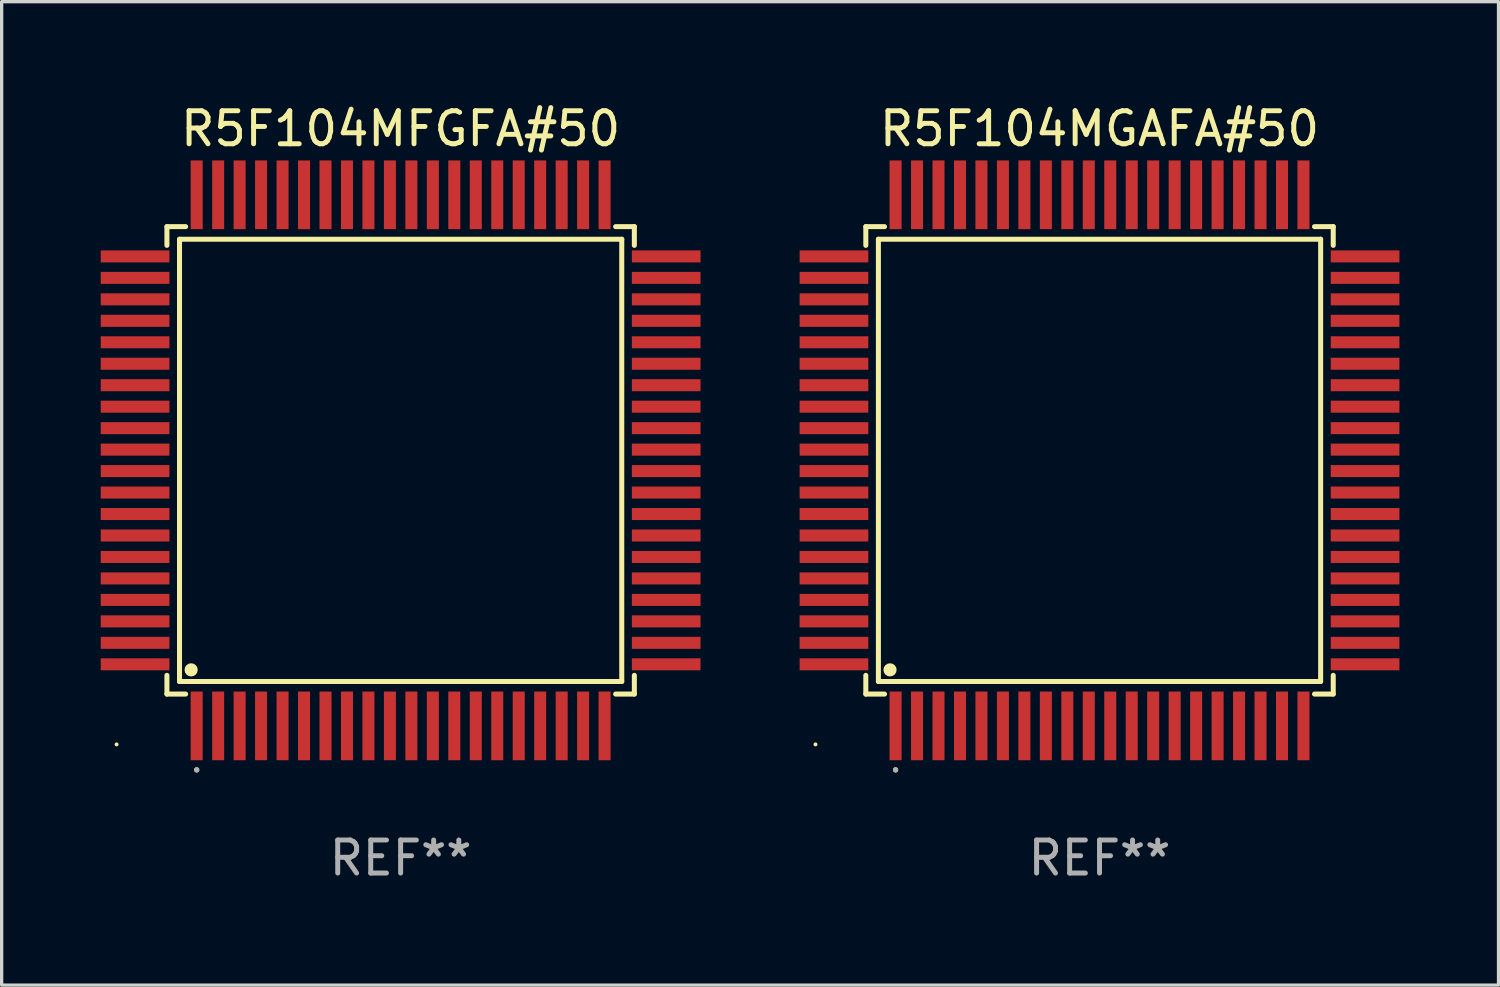
<source format=kicad_pcb>
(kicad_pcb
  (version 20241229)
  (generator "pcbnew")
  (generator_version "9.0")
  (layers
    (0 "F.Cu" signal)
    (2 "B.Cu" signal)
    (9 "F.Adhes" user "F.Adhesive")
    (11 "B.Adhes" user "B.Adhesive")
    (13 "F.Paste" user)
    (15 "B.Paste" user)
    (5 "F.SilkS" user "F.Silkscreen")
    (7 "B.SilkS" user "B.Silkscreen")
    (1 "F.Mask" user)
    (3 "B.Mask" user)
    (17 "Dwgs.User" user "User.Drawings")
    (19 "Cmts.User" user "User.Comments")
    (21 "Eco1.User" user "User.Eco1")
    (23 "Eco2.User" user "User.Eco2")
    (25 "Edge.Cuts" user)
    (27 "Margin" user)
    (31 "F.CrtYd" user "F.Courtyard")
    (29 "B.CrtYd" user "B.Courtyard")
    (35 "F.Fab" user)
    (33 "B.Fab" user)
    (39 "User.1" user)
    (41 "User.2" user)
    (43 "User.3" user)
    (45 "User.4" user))
  (footprint "R5F104MGAFA#50"
    (layer "F.Cu")
    (at 30.24 10.888)
    (property "Reference" "R5F104MGAFA#50" (at 0 -10.04 0) (layer "F.SilkS") (effects (font (size 1 1) (thickness 0.15))))
    (attr through_hole)
    (fp_line (start -7.076 -7.076) (end -7.076 -6.509) (stroke (width 0.152) (type solid)) (layer "F.SilkS"))
    (fp_line (start -7.076 7.076) (end -7.076 6.509) (stroke (width 0.152) (type solid)) (layer "F.SilkS"))
    (fp_line (start -6.695 -6.695) (end 6.695 -6.695) (stroke (width 0.152) (type solid)) (layer "F.SilkS"))
    (fp_line (start -6.695 6.695) (end -6.695 -6.695) (stroke (width 0.152) (type solid)) (layer "F.SilkS"))
    (fp_line (start -6.509 -7.076) (end -7.076 -7.076) (stroke (width 0.152) (type solid)) (layer "F.SilkS"))
    (fp_line (start -6.509 7.076) (end -7.076 7.076) (stroke (width 0.152) (type solid)) (layer "F.SilkS"))
    (fp_line (start 6.509 -7.076) (end 7.076 -7.076) (stroke (width 0.152) (type solid)) (layer "F.SilkS"))
    (fp_line (start 6.509 7.076) (end 7.076 7.076) (stroke (width 0.152) (type solid)) (layer "F.SilkS"))
    (fp_line (start 6.695 -6.695) (end 6.695 6.695) (stroke (width 0.152) (type solid)) (layer "F.SilkS"))
    (fp_line (start 6.695 6.695) (end -6.695 6.695) (stroke (width 0.152) (type solid)) (layer "F.SilkS"))
    (fp_line (start 7.076 -7.076) (end 7.076 -6.509) (stroke (width 0.152) (type solid)) (layer "F.SilkS"))
    (fp_line (start 7.076 7.076) (end 7.076 6.509) (stroke (width 0.152) (type solid)) (layer "F.SilkS"))
    (fp_circle (center -8.6 8.6) (end -8.57 8.6) (stroke (width 0.06) (type solid)) (fill no) (layer "F.SilkS"))
    (fp_circle (center -6.343 6.343) (end -6.243 6.343) (stroke (width 0.2) (type solid)) (fill no) (layer "F.SilkS"))
    (fp_circle (center -6.175 9.371) (end -6.135 9.371) (stroke (width 0.08) (type solid)) (fill no) (layer "F.SilkS"))
    (fp_circle (center -6.175 9.371) (end -6.135 9.371) (stroke (width 0.08) (type solid)) (fill no) (layer "F.Fab"))
    (fp_text user "REF**" (at 0 12.04 0) (layer "F.Fab") (effects (font (size 1 1) (thickness 0.15))))
    (pad "1" smd rect (at -6.175 8.04) (size 0.364 2.08) (layers "F.Cu" "F.Mask" "F.Paste"))
    (pad "2" smd rect (at -5.525 8.04) (size 0.364 2.08) (layers "F.Cu" "F.Mask" "F.Paste"))
    (pad "3" smd rect (at -4.875 8.04) (size 0.364 2.08) (layers "F.Cu" "F.Mask" "F.Paste"))
    (pad "4" smd rect (at -4.225 8.04) (size 0.364 2.08) (layers "F.Cu" "F.Mask" "F.Paste"))
    (pad "5" smd rect (at -3.575 8.04) (size 0.364 2.08) (layers "F.Cu" "F.Mask" "F.Paste"))
    (pad "6" smd rect (at -2.925 8.04) (size 0.364 2.08) (layers "F.Cu" "F.Mask" "F.Paste"))
    (pad "7" smd rect (at -2.275 8.04) (size 0.364 2.08) (layers "F.Cu" "F.Mask" "F.Paste"))
    (pad "8" smd rect (at -1.625 8.04) (size 0.364 2.08) (layers "F.Cu" "F.Mask" "F.Paste"))
    (pad "9" smd rect (at -0.975 8.04) (size 0.364 2.08) (layers "F.Cu" "F.Mask" "F.Paste"))
    (pad "10" smd rect (at -0.325 8.04) (size 0.364 2.08) (layers "F.Cu" "F.Mask" "F.Paste"))
    (pad "11" smd rect (at 0.325 8.04) (size 0.364 2.08) (layers "F.Cu" "F.Mask" "F.Paste"))
    (pad "12" smd rect (at 0.975 8.04) (size 0.364 2.08) (layers "F.Cu" "F.Mask" "F.Paste"))
    (pad "13" smd rect (at 1.625 8.04) (size 0.364 2.08) (layers "F.Cu" "F.Mask" "F.Paste"))
    (pad "14" smd rect (at 2.275 8.04) (size 0.364 2.08) (layers "F.Cu" "F.Mask" "F.Paste"))
    (pad "15" smd rect (at 2.925 8.04) (size 0.364 2.08) (layers "F.Cu" "F.Mask" "F.Paste"))
    (pad "16" smd rect (at 3.575 8.04) (size 0.364 2.08) (layers "F.Cu" "F.Mask" "F.Paste"))
    (pad "17" smd rect (at 4.225 8.04) (size 0.364 2.08) (layers "F.Cu" "F.Mask" "F.Paste"))
    (pad "18" smd rect (at 4.875 8.04) (size 0.364 2.08) (layers "F.Cu" "F.Mask" "F.Paste"))
    (pad "19" smd rect (at 5.525 8.04) (size 0.364 2.08) (layers "F.Cu" "F.Mask" "F.Paste"))
    (pad "20" smd rect (at 6.175 8.04) (size 0.364 2.08) (layers "F.Cu" "F.Mask" "F.Paste"))
    (pad "21" smd rect (at 8.04 6.175) (size 2.08 0.364) (layers "F.Cu" "F.Mask" "F.Paste"))
    (pad "22" smd rect (at 8.04 5.525) (size 2.08 0.364) (layers "F.Cu" "F.Mask" "F.Paste"))
    (pad "23" smd rect (at 8.04 4.875) (size 2.08 0.364) (layers "F.Cu" "F.Mask" "F.Paste"))
    (pad "24" smd rect (at 8.04 4.225) (size 2.08 0.364) (layers "F.Cu" "F.Mask" "F.Paste"))
    (pad "25" smd rect (at 8.04 3.575) (size 2.08 0.364) (layers "F.Cu" "F.Mask" "F.Paste"))
    (pad "26" smd rect (at 8.04 2.925) (size 2.08 0.364) (layers "F.Cu" "F.Mask" "F.Paste"))
    (pad "27" smd rect (at 8.04 2.275) (size 2.08 0.364) (layers "F.Cu" "F.Mask" "F.Paste"))
    (pad "28" smd rect (at 8.04 1.625) (size 2.08 0.364) (layers "F.Cu" "F.Mask" "F.Paste"))
    (pad "29" smd rect (at 8.04 0.975) (size 2.08 0.364) (layers "F.Cu" "F.Mask" "F.Paste"))
    (pad "30" smd rect (at 8.04 0.325) (size 2.08 0.364) (layers "F.Cu" "F.Mask" "F.Paste"))
    (pad "31" smd rect (at 8.04 -0.325) (size 2.08 0.364) (layers "F.Cu" "F.Mask" "F.Paste"))
    (pad "32" smd rect (at 8.04 -0.975) (size 2.08 0.364) (layers "F.Cu" "F.Mask" "F.Paste"))
    (pad "33" smd rect (at 8.04 -1.625) (size 2.08 0.364) (layers "F.Cu" "F.Mask" "F.Paste"))
    (pad "34" smd rect (at 8.04 -2.275) (size 2.08 0.364) (layers "F.Cu" "F.Mask" "F.Paste"))
    (pad "35" smd rect (at 8.04 -2.925) (size 2.08 0.364) (layers "F.Cu" "F.Mask" "F.Paste"))
    (pad "36" smd rect (at 8.04 -3.575) (size 2.08 0.364) (layers "F.Cu" "F.Mask" "F.Paste"))
    (pad "37" smd rect (at 8.04 -4.225) (size 2.08 0.364) (layers "F.Cu" "F.Mask" "F.Paste"))
    (pad "38" smd rect (at 8.04 -4.875) (size 2.08 0.364) (layers "F.Cu" "F.Mask" "F.Paste"))
    (pad "39" smd rect (at 8.04 -5.525) (size 2.08 0.364) (layers "F.Cu" "F.Mask" "F.Paste"))
    (pad "40" smd rect (at 8.04 -6.175) (size 2.08 0.364) (layers "F.Cu" "F.Mask" "F.Paste"))
    (pad "41" smd rect (at 6.175 -8.04) (size 0.364 2.08) (layers "F.Cu" "F.Mask" "F.Paste"))
    (pad "42" smd rect (at 5.525 -8.04) (size 0.364 2.08) (layers "F.Cu" "F.Mask" "F.Paste"))
    (pad "43" smd rect (at 4.875 -8.04) (size 0.364 2.08) (layers "F.Cu" "F.Mask" "F.Paste"))
    (pad "44" smd rect (at 4.225 -8.04) (size 0.364 2.08) (layers "F.Cu" "F.Mask" "F.Paste"))
    (pad "45" smd rect (at 3.575 -8.04) (size 0.364 2.08) (layers "F.Cu" "F.Mask" "F.Paste"))
    (pad "46" smd rect (at 2.925 -8.04) (size 0.364 2.08) (layers "F.Cu" "F.Mask" "F.Paste"))
    (pad "47" smd rect (at 2.275 -8.04) (size 0.364 2.08) (layers "F.Cu" "F.Mask" "F.Paste"))
    (pad "48" smd rect (at 1.625 -8.04) (size 0.364 2.08) (layers "F.Cu" "F.Mask" "F.Paste"))
    (pad "49" smd rect (at 0.975 -8.04) (size 0.364 2.08) (layers "F.Cu" "F.Mask" "F.Paste"))
    (pad "50" smd rect (at 0.325 -8.04) (size 0.364 2.08) (layers "F.Cu" "F.Mask" "F.Paste"))
    (pad "51" smd rect (at -0.325 -8.04) (size 0.364 2.08) (layers "F.Cu" "F.Mask" "F.Paste"))
    (pad "52" smd rect (at -0.975 -8.04) (size 0.364 2.08) (layers "F.Cu" "F.Mask" "F.Paste"))
    (pad "53" smd rect (at -1.625 -8.04) (size 0.364 2.08) (layers "F.Cu" "F.Mask" "F.Paste"))
    (pad "54" smd rect (at -2.275 -8.04) (size 0.364 2.08) (layers "F.Cu" "F.Mask" "F.Paste"))
    (pad "55" smd rect (at -2.925 -8.04) (size 0.364 2.08) (layers "F.Cu" "F.Mask" "F.Paste"))
    (pad "56" smd rect (at -3.575 -8.04) (size 0.364 2.08) (layers "F.Cu" "F.Mask" "F.Paste"))
    (pad "57" smd rect (at -4.225 -8.04) (size 0.364 2.08) (layers "F.Cu" "F.Mask" "F.Paste"))
    (pad "58" smd rect (at -4.875 -8.04) (size 0.364 2.08) (layers "F.Cu" "F.Mask" "F.Paste"))
    (pad "59" smd rect (at -5.525 -8.04) (size 0.364 2.08) (layers "F.Cu" "F.Mask" "F.Paste"))
    (pad "60" smd rect (at -6.175 -8.04) (size 0.364 2.08) (layers "F.Cu" "F.Mask" "F.Paste"))
    (pad "61" smd rect (at -8.04 -6.175) (size 2.08 0.364) (layers "F.Cu" "F.Mask" "F.Paste"))
    (pad "62" smd rect (at -8.04 -5.525) (size 2.08 0.364) (layers "F.Cu" "F.Mask" "F.Paste"))
    (pad "63" smd rect (at -8.04 -4.875) (size 2.08 0.364) (layers "F.Cu" "F.Mask" "F.Paste"))
    (pad "64" smd rect (at -8.04 -4.225) (size 2.08 0.364) (layers "F.Cu" "F.Mask" "F.Paste"))
    (pad "65" smd rect (at -8.04 -3.575) (size 2.08 0.364) (layers "F.Cu" "F.Mask" "F.Paste"))
    (pad "66" smd rect (at -8.04 -2.925) (size 2.08 0.364) (layers "F.Cu" "F.Mask" "F.Paste"))
    (pad "67" smd rect (at -8.04 -2.275) (size 2.08 0.364) (layers "F.Cu" "F.Mask" "F.Paste"))
    (pad "68" smd rect (at -8.04 -1.625) (size 2.08 0.364) (layers "F.Cu" "F.Mask" "F.Paste"))
    (pad "69" smd rect (at -8.04 -0.975) (size 2.08 0.364) (layers "F.Cu" "F.Mask" "F.Paste"))
    (pad "70" smd rect (at -8.04 -0.325) (size 2.08 0.364) (layers "F.Cu" "F.Mask" "F.Paste"))
    (pad "71" smd rect (at -8.04 0.325) (size 2.08 0.364) (layers "F.Cu" "F.Mask" "F.Paste"))
    (pad "72" smd rect (at -8.04 0.975) (size 2.08 0.364) (layers "F.Cu" "F.Mask" "F.Paste"))
    (pad "73" smd rect (at -8.04 1.625) (size 2.08 0.364) (layers "F.Cu" "F.Mask" "F.Paste"))
    (pad "74" smd rect (at -8.04 2.275) (size 2.08 0.364) (layers "F.Cu" "F.Mask" "F.Paste"))
    (pad "75" smd rect (at -8.04 2.925) (size 2.08 0.364) (layers "F.Cu" "F.Mask" "F.Paste"))
    (pad "76" smd rect (at -8.04 3.575) (size 2.08 0.364) (layers "F.Cu" "F.Mask" "F.Paste"))
    (pad "77" smd rect (at -8.04 4.225) (size 2.08 0.364) (layers "F.Cu" "F.Mask" "F.Paste"))
    (pad "78" smd rect (at -8.04 4.875) (size 2.08 0.364) (layers "F.Cu" "F.Mask" "F.Paste"))
    (pad "79" smd rect (at -8.04 5.525) (size 2.08 0.364) (layers "F.Cu" "F.Mask" "F.Paste"))
    (pad "80" smd rect (at -8.04 6.175) (size 2.08 0.364) (layers "F.Cu" "F.Mask" "F.Paste")))
  (footprint "R5F104MFGFA#50"
    (layer "F.Cu")
    (at 9.08 10.888)
    (property "Reference" "R5F104MFGFA#50" (at 0 -10.04 0) (layer "F.SilkS") (effects (font (size 1 1) (thickness 0.15))))
    (attr through_hole)
    (fp_line (start -7.076 -7.076) (end -7.076 -6.509) (stroke (width 0.152) (type solid)) (layer "F.SilkS"))
    (fp_line (start -7.076 7.076) (end -7.076 6.509) (stroke (width 0.152) (type solid)) (layer "F.SilkS"))
    (fp_line (start -6.695 -6.695) (end 6.695 -6.695) (stroke (width 0.152) (type solid)) (layer "F.SilkS"))
    (fp_line (start -6.695 6.695) (end -6.695 -6.695) (stroke (width 0.152) (type solid)) (layer "F.SilkS"))
    (fp_line (start -6.509 -7.076) (end -7.076 -7.076) (stroke (width 0.152) (type solid)) (layer "F.SilkS"))
    (fp_line (start -6.509 7.076) (end -7.076 7.076) (stroke (width 0.152) (type solid)) (layer "F.SilkS"))
    (fp_line (start 6.509 -7.076) (end 7.076 -7.076) (stroke (width 0.152) (type solid)) (layer "F.SilkS"))
    (fp_line (start 6.509 7.076) (end 7.076 7.076) (stroke (width 0.152) (type solid)) (layer "F.SilkS"))
    (fp_line (start 6.695 -6.695) (end 6.695 6.695) (stroke (width 0.152) (type solid)) (layer "F.SilkS"))
    (fp_line (start 6.695 6.695) (end -6.695 6.695) (stroke (width 0.152) (type solid)) (layer "F.SilkS"))
    (fp_line (start 7.076 -7.076) (end 7.076 -6.509) (stroke (width 0.152) (type solid)) (layer "F.SilkS"))
    (fp_line (start 7.076 7.076) (end 7.076 6.509) (stroke (width 0.152) (type solid)) (layer "F.SilkS"))
    (fp_circle (center -8.6 8.6) (end -8.57 8.6) (stroke (width 0.06) (type solid)) (fill no) (layer "F.SilkS"))
    (fp_circle (center -6.343 6.343) (end -6.243 6.343) (stroke (width 0.2) (type solid)) (fill no) (layer "F.SilkS"))
    (fp_circle (center -6.175 9.371) (end -6.135 9.371) (stroke (width 0.08) (type solid)) (fill no) (layer "F.SilkS"))
    (fp_circle (center -6.175 9.371) (end -6.135 9.371) (stroke (width 0.08) (type solid)) (fill no) (layer "F.Fab"))
    (fp_text user "REF**" (at 0 12.04 0) (layer "F.Fab") (effects (font (size 1 1) (thickness 0.15))))
    (pad "1" smd rect (at -6.175 8.04) (size 0.364 2.08) (layers "F.Cu" "F.Mask" "F.Paste"))
    (pad "2" smd rect (at -5.525 8.04) (size 0.364 2.08) (layers "F.Cu" "F.Mask" "F.Paste"))
    (pad "3" smd rect (at -4.875 8.04) (size 0.364 2.08) (layers "F.Cu" "F.Mask" "F.Paste"))
    (pad "4" smd rect (at -4.225 8.04) (size 0.364 2.08) (layers "F.Cu" "F.Mask" "F.Paste"))
    (pad "5" smd rect (at -3.575 8.04) (size 0.364 2.08) (layers "F.Cu" "F.Mask" "F.Paste"))
    (pad "6" smd rect (at -2.925 8.04) (size 0.364 2.08) (layers "F.Cu" "F.Mask" "F.Paste"))
    (pad "7" smd rect (at -2.275 8.04) (size 0.364 2.08) (layers "F.Cu" "F.Mask" "F.Paste"))
    (pad "8" smd rect (at -1.625 8.04) (size 0.364 2.08) (layers "F.Cu" "F.Mask" "F.Paste"))
    (pad "9" smd rect (at -0.975 8.04) (size 0.364 2.08) (layers "F.Cu" "F.Mask" "F.Paste"))
    (pad "10" smd rect (at -0.325 8.04) (size 0.364 2.08) (layers "F.Cu" "F.Mask" "F.Paste"))
    (pad "11" smd rect (at 0.325 8.04) (size 0.364 2.08) (layers "F.Cu" "F.Mask" "F.Paste"))
    (pad "12" smd rect (at 0.975 8.04) (size 0.364 2.08) (layers "F.Cu" "F.Mask" "F.Paste"))
    (pad "13" smd rect (at 1.625 8.04) (size 0.364 2.08) (layers "F.Cu" "F.Mask" "F.Paste"))
    (pad "14" smd rect (at 2.275 8.04) (size 0.364 2.08) (layers "F.Cu" "F.Mask" "F.Paste"))
    (pad "15" smd rect (at 2.925 8.04) (size 0.364 2.08) (layers "F.Cu" "F.Mask" "F.Paste"))
    (pad "16" smd rect (at 3.575 8.04) (size 0.364 2.08) (layers "F.Cu" "F.Mask" "F.Paste"))
    (pad "17" smd rect (at 4.225 8.04) (size 0.364 2.08) (layers "F.Cu" "F.Mask" "F.Paste"))
    (pad "18" smd rect (at 4.875 8.04) (size 0.364 2.08) (layers "F.Cu" "F.Mask" "F.Paste"))
    (pad "19" smd rect (at 5.525 8.04) (size 0.364 2.08) (layers "F.Cu" "F.Mask" "F.Paste"))
    (pad "20" smd rect (at 6.175 8.04) (size 0.364 2.08) (layers "F.Cu" "F.Mask" "F.Paste"))
    (pad "21" smd rect (at 8.04 6.175) (size 2.08 0.364) (layers "F.Cu" "F.Mask" "F.Paste"))
    (pad "22" smd rect (at 8.04 5.525) (size 2.08 0.364) (layers "F.Cu" "F.Mask" "F.Paste"))
    (pad "23" smd rect (at 8.04 4.875) (size 2.08 0.364) (layers "F.Cu" "F.Mask" "F.Paste"))
    (pad "24" smd rect (at 8.04 4.225) (size 2.08 0.364) (layers "F.Cu" "F.Mask" "F.Paste"))
    (pad "25" smd rect (at 8.04 3.575) (size 2.08 0.364) (layers "F.Cu" "F.Mask" "F.Paste"))
    (pad "26" smd rect (at 8.04 2.925) (size 2.08 0.364) (layers "F.Cu" "F.Mask" "F.Paste"))
    (pad "27" smd rect (at 8.04 2.275) (size 2.08 0.364) (layers "F.Cu" "F.Mask" "F.Paste"))
    (pad "28" smd rect (at 8.04 1.625) (size 2.08 0.364) (layers "F.Cu" "F.Mask" "F.Paste"))
    (pad "29" smd rect (at 8.04 0.975) (size 2.08 0.364) (layers "F.Cu" "F.Mask" "F.Paste"))
    (pad "30" smd rect (at 8.04 0.325) (size 2.08 0.364) (layers "F.Cu" "F.Mask" "F.Paste"))
    (pad "31" smd rect (at 8.04 -0.325) (size 2.08 0.364) (layers "F.Cu" "F.Mask" "F.Paste"))
    (pad "32" smd rect (at 8.04 -0.975) (size 2.08 0.364) (layers "F.Cu" "F.Mask" "F.Paste"))
    (pad "33" smd rect (at 8.04 -1.625) (size 2.08 0.364) (layers "F.Cu" "F.Mask" "F.Paste"))
    (pad "34" smd rect (at 8.04 -2.275) (size 2.08 0.364) (layers "F.Cu" "F.Mask" "F.Paste"))
    (pad "35" smd rect (at 8.04 -2.925) (size 2.08 0.364) (layers "F.Cu" "F.Mask" "F.Paste"))
    (pad "36" smd rect (at 8.04 -3.575) (size 2.08 0.364) (layers "F.Cu" "F.Mask" "F.Paste"))
    (pad "37" smd rect (at 8.04 -4.225) (size 2.08 0.364) (layers "F.Cu" "F.Mask" "F.Paste"))
    (pad "38" smd rect (at 8.04 -4.875) (size 2.08 0.364) (layers "F.Cu" "F.Mask" "F.Paste"))
    (pad "39" smd rect (at 8.04 -5.525) (size 2.08 0.364) (layers "F.Cu" "F.Mask" "F.Paste"))
    (pad "40" smd rect (at 8.04 -6.175) (size 2.08 0.364) (layers "F.Cu" "F.Mask" "F.Paste"))
    (pad "41" smd rect (at 6.175 -8.04) (size 0.364 2.08) (layers "F.Cu" "F.Mask" "F.Paste"))
    (pad "42" smd rect (at 5.525 -8.04) (size 0.364 2.08) (layers "F.Cu" "F.Mask" "F.Paste"))
    (pad "43" smd rect (at 4.875 -8.04) (size 0.364 2.08) (layers "F.Cu" "F.Mask" "F.Paste"))
    (pad "44" smd rect (at 4.225 -8.04) (size 0.364 2.08) (layers "F.Cu" "F.Mask" "F.Paste"))
    (pad "45" smd rect (at 3.575 -8.04) (size 0.364 2.08) (layers "F.Cu" "F.Mask" "F.Paste"))
    (pad "46" smd rect (at 2.925 -8.04) (size 0.364 2.08) (layers "F.Cu" "F.Mask" "F.Paste"))
    (pad "47" smd rect (at 2.275 -8.04) (size 0.364 2.08) (layers "F.Cu" "F.Mask" "F.Paste"))
    (pad "48" smd rect (at 1.625 -8.04) (size 0.364 2.08) (layers "F.Cu" "F.Mask" "F.Paste"))
    (pad "49" smd rect (at 0.975 -8.04) (size 0.364 2.08) (layers "F.Cu" "F.Mask" "F.Paste"))
    (pad "50" smd rect (at 0.325 -8.04) (size 0.364 2.08) (layers "F.Cu" "F.Mask" "F.Paste"))
    (pad "51" smd rect (at -0.325 -8.04) (size 0.364 2.08) (layers "F.Cu" "F.Mask" "F.Paste"))
    (pad "52" smd rect (at -0.975 -8.04) (size 0.364 2.08) (layers "F.Cu" "F.Mask" "F.Paste"))
    (pad "53" smd rect (at -1.625 -8.04) (size 0.364 2.08) (layers "F.Cu" "F.Mask" "F.Paste"))
    (pad "54" smd rect (at -2.275 -8.04) (size 0.364 2.08) (layers "F.Cu" "F.Mask" "F.Paste"))
    (pad "55" smd rect (at -2.925 -8.04) (size 0.364 2.08) (layers "F.Cu" "F.Mask" "F.Paste"))
    (pad "56" smd rect (at -3.575 -8.04) (size 0.364 2.08) (layers "F.Cu" "F.Mask" "F.Paste"))
    (pad "57" smd rect (at -4.225 -8.04) (size 0.364 2.08) (layers "F.Cu" "F.Mask" "F.Paste"))
    (pad "58" smd rect (at -4.875 -8.04) (size 0.364 2.08) (layers "F.Cu" "F.Mask" "F.Paste"))
    (pad "59" smd rect (at -5.525 -8.04) (size 0.364 2.08) (layers "F.Cu" "F.Mask" "F.Paste"))
    (pad "60" smd rect (at -6.175 -8.04) (size 0.364 2.08) (layers "F.Cu" "F.Mask" "F.Paste"))
    (pad "61" smd rect (at -8.04 -6.175) (size 2.08 0.364) (layers "F.Cu" "F.Mask" "F.Paste"))
    (pad "62" smd rect (at -8.04 -5.525) (size 2.08 0.364) (layers "F.Cu" "F.Mask" "F.Paste"))
    (pad "63" smd rect (at -8.04 -4.875) (size 2.08 0.364) (layers "F.Cu" "F.Mask" "F.Paste"))
    (pad "64" smd rect (at -8.04 -4.225) (size 2.08 0.364) (layers "F.Cu" "F.Mask" "F.Paste"))
    (pad "65" smd rect (at -8.04 -3.575) (size 2.08 0.364) (layers "F.Cu" "F.Mask" "F.Paste"))
    (pad "66" smd rect (at -8.04 -2.925) (size 2.08 0.364) (layers "F.Cu" "F.Mask" "F.Paste"))
    (pad "67" smd rect (at -8.04 -2.275) (size 2.08 0.364) (layers "F.Cu" "F.Mask" "F.Paste"))
    (pad "68" smd rect (at -8.04 -1.625) (size 2.08 0.364) (layers "F.Cu" "F.Mask" "F.Paste"))
    (pad "69" smd rect (at -8.04 -0.975) (size 2.08 0.364) (layers "F.Cu" "F.Mask" "F.Paste"))
    (pad "70" smd rect (at -8.04 -0.325) (size 2.08 0.364) (layers "F.Cu" "F.Mask" "F.Paste"))
    (pad "71" smd rect (at -8.04 0.325) (size 2.08 0.364) (layers "F.Cu" "F.Mask" "F.Paste"))
    (pad "72" smd rect (at -8.04 0.975) (size 2.08 0.364) (layers "F.Cu" "F.Mask" "F.Paste"))
    (pad "73" smd rect (at -8.04 1.625) (size 2.08 0.364) (layers "F.Cu" "F.Mask" "F.Paste"))
    (pad "74" smd rect (at -8.04 2.275) (size 2.08 0.364) (layers "F.Cu" "F.Mask" "F.Paste"))
    (pad "75" smd rect (at -8.04 2.925) (size 2.08 0.364) (layers "F.Cu" "F.Mask" "F.Paste"))
    (pad "76" smd rect (at -8.04 3.575) (size 2.08 0.364) (layers "F.Cu" "F.Mask" "F.Paste"))
    (pad "77" smd rect (at -8.04 4.225) (size 2.08 0.364) (layers "F.Cu" "F.Mask" "F.Paste"))
    (pad "78" smd rect (at -8.04 4.875) (size 2.08 0.364) (layers "F.Cu" "F.Mask" "F.Paste"))
    (pad "79" smd rect (at -8.04 5.525) (size 2.08 0.364) (layers "F.Cu" "F.Mask" "F.Paste"))
    (pad "80" smd rect (at -8.04 6.175) (size 2.08 0.364) (layers "F.Cu" "F.Mask" "F.Paste")))
  (gr_rect
    (start -3 -3)
    (end 42.32 26.776)
    (stroke (width 0.1) (type default))
    (fill no)
    (layer "Edge.Cuts")))
</source>
